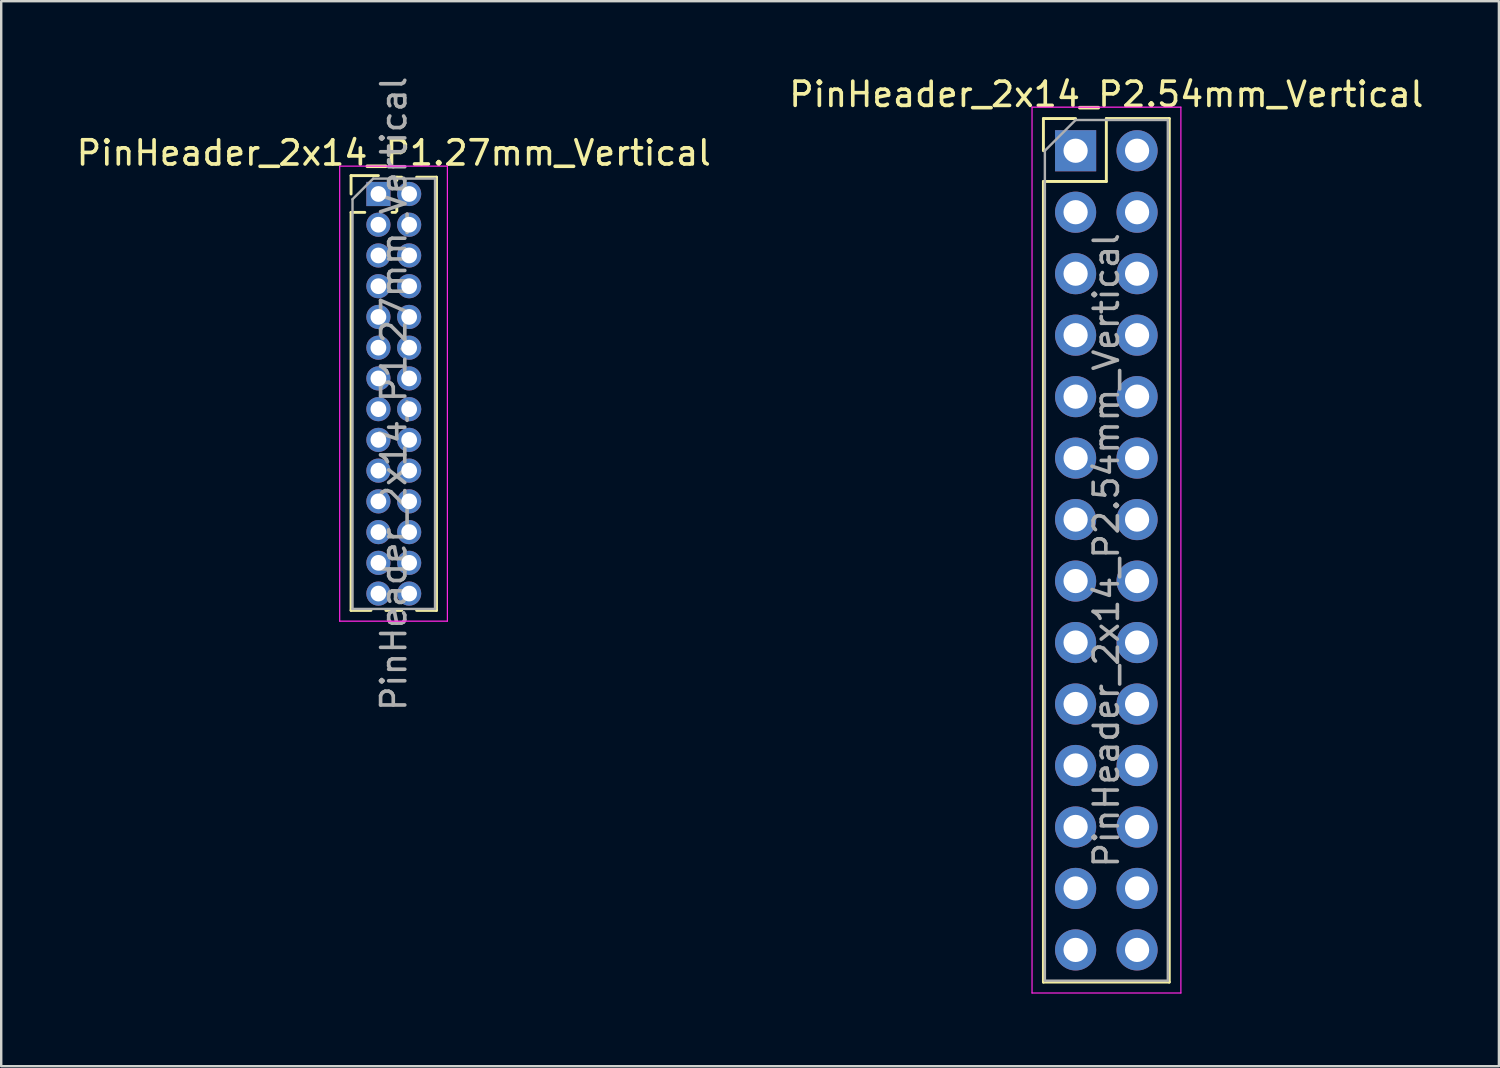
<source format=kicad_pcb>
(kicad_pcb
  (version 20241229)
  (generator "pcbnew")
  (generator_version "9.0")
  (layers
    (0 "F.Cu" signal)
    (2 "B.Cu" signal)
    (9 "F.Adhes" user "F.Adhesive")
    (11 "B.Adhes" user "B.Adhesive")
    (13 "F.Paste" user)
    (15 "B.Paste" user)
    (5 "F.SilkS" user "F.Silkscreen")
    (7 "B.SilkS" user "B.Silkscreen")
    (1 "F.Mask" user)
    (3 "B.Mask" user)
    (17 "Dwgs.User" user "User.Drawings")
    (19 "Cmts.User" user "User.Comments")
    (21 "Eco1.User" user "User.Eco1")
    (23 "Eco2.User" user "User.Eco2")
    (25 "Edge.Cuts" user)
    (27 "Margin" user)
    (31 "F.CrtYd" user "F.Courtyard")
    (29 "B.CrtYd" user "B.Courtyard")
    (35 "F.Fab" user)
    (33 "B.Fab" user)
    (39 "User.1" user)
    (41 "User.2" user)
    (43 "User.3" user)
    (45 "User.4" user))
  (footprint "PinHeader_2x14_P1.27mm_Vertical"
    (layer "F.Cu")
    (at 12.585 4.965)
    (property "Reference" "PinHeader_2x14_P1.27mm_Vertical" (at 0.635 -1.695 0) (layer "F.SilkS") (effects (font (size 1 1) (thickness 0.15))))
    (attr through_hole)
    (fp_line (start -1.13 -0.76) (end 0 -0.76) (stroke (width 0.12) (type solid)) (layer "F.SilkS"))
    (fp_line (start -1.13 0) (end -1.13 -0.76) (stroke (width 0.12) (type solid)) (layer "F.SilkS"))
    (fp_line (start -1.13 0.76) (end -1.13 17.205) (stroke (width 0.12) (type solid)) (layer "F.SilkS"))
    (fp_line (start -1.13 0.76) (end -0.563 0.76) (stroke (width 0.12) (type solid)) (layer "F.SilkS"))
    (fp_line (start -1.13 17.205) (end -0.308 17.205) (stroke (width 0.12) (type solid)) (layer "F.SilkS"))
    (fp_line (start 0.308 17.205) (end 0.962 17.205) (stroke (width 0.12) (type solid)) (layer "F.SilkS"))
    (fp_line (start 0.563 0.76) (end 0.707 0.76) (stroke (width 0.12) (type solid)) (layer "F.SilkS"))
    (fp_line (start 0.76 -0.695) (end 0.962 -0.695) (stroke (width 0.12) (type solid)) (layer "F.SilkS"))
    (fp_line (start 0.76 -0.563) (end 0.76 -0.695) (stroke (width 0.12) (type solid)) (layer "F.SilkS"))
    (fp_line (start 0.76 0.707) (end 0.76 0.563) (stroke (width 0.12) (type solid)) (layer "F.SilkS"))
    (fp_line (start 1.578 -0.695) (end 2.4 -0.695) (stroke (width 0.12) (type solid)) (layer "F.SilkS"))
    (fp_line (start 1.578 17.205) (end 2.4 17.205) (stroke (width 0.12) (type solid)) (layer "F.SilkS"))
    (fp_line (start 2.4 -0.695) (end 2.4 17.205) (stroke (width 0.12) (type solid)) (layer "F.SilkS"))
    (fp_line (start -1.6 -1.15) (end -1.6 17.65) (stroke (width 0.05) (type solid)) (layer "F.CrtYd"))
    (fp_line (start -1.6 17.65) (end 2.85 17.65) (stroke (width 0.05) (type solid)) (layer "F.CrtYd"))
    (fp_line (start 2.85 -1.15) (end -1.6 -1.15) (stroke (width 0.05) (type solid)) (layer "F.CrtYd"))
    (fp_line (start 2.85 17.65) (end 2.85 -1.15) (stroke (width 0.05) (type solid)) (layer "F.CrtYd"))
    (fp_line (start -1.07 0.217) (end -0.217 -0.635) (stroke (width 0.1) (type solid)) (layer "F.Fab"))
    (fp_line (start -1.07 17.145) (end -1.07 0.217) (stroke (width 0.1) (type solid)) (layer "F.Fab"))
    (fp_line (start -0.217 -0.635) (end 2.34 -0.635) (stroke (width 0.1) (type solid)) (layer "F.Fab"))
    (fp_line (start 2.34 -0.635) (end 2.34 17.145) (stroke (width 0.1) (type solid)) (layer "F.Fab"))
    (fp_line (start 2.34 17.145) (end -1.07 17.145) (stroke (width 0.1) (type solid)) (layer "F.Fab"))
    (fp_text user "${REFERENCE}" (at 0.635 8.255 90) (layer "F.Fab") (effects (font (size 1 1) (thickness 0.15))))
    (pad "1" thru_hole rect (at 0 0) (size 1 1) (drill 0.65) (layers "*.Cu" "*.Mask"))
    (pad "2" thru_hole oval (at 1.27 0) (size 1 1) (drill 0.65) (layers "*.Cu" "*.Mask"))
    (pad "3" thru_hole oval (at 0 1.27) (size 1 1) (drill 0.65) (layers "*.Cu" "*.Mask"))
    (pad "4" thru_hole oval (at 1.27 1.27) (size 1 1) (drill 0.65) (layers "*.Cu" "*.Mask"))
    (pad "5" thru_hole oval (at 0 2.54) (size 1 1) (drill 0.65) (layers "*.Cu" "*.Mask"))
    (pad "6" thru_hole oval (at 1.27 2.54) (size 1 1) (drill 0.65) (layers "*.Cu" "*.Mask"))
    (pad "7" thru_hole oval (at 0 3.81) (size 1 1) (drill 0.65) (layers "*.Cu" "*.Mask"))
    (pad "8" thru_hole oval (at 1.27 3.81) (size 1 1) (drill 0.65) (layers "*.Cu" "*.Mask"))
    (pad "9" thru_hole oval (at 0 5.08) (size 1 1) (drill 0.65) (layers "*.Cu" "*.Mask"))
    (pad "10" thru_hole oval (at 1.27 5.08) (size 1 1) (drill 0.65) (layers "*.Cu" "*.Mask"))
    (pad "11" thru_hole oval (at 0 6.35) (size 1 1) (drill 0.65) (layers "*.Cu" "*.Mask"))
    (pad "12" thru_hole oval (at 1.27 6.35) (size 1 1) (drill 0.65) (layers "*.Cu" "*.Mask"))
    (pad "13" thru_hole oval (at 0 7.62) (size 1 1) (drill 0.65) (layers "*.Cu" "*.Mask"))
    (pad "14" thru_hole oval (at 1.27 7.62) (size 1 1) (drill 0.65) (layers "*.Cu" "*.Mask"))
    (pad "15" thru_hole oval (at 0 8.89) (size 1 1) (drill 0.65) (layers "*.Cu" "*.Mask"))
    (pad "16" thru_hole oval (at 1.27 8.89) (size 1 1) (drill 0.65) (layers "*.Cu" "*.Mask"))
    (pad "17" thru_hole oval (at 0 10.16) (size 1 1) (drill 0.65) (layers "*.Cu" "*.Mask"))
    (pad "18" thru_hole oval (at 1.27 10.16) (size 1 1) (drill 0.65) (layers "*.Cu" "*.Mask"))
    (pad "19" thru_hole oval (at 0 11.43) (size 1 1) (drill 0.65) (layers "*.Cu" "*.Mask"))
    (pad "20" thru_hole oval (at 1.27 11.43) (size 1 1) (drill 0.65) (layers "*.Cu" "*.Mask"))
    (pad "21" thru_hole oval (at 0 12.7) (size 1 1) (drill 0.65) (layers "*.Cu" "*.Mask"))
    (pad "22" thru_hole oval (at 1.27 12.7) (size 1 1) (drill 0.65) (layers "*.Cu" "*.Mask"))
    (pad "23" thru_hole oval (at 0 13.97) (size 1 1) (drill 0.65) (layers "*.Cu" "*.Mask"))
    (pad "24" thru_hole oval (at 1.27 13.97) (size 1 1) (drill 0.65) (layers "*.Cu" "*.Mask"))
    (pad "25" thru_hole oval (at 0 15.24) (size 1 1) (drill 0.65) (layers "*.Cu" "*.Mask"))
    (pad "26" thru_hole oval (at 1.27 15.24) (size 1 1) (drill 0.65) (layers "*.Cu" "*.Mask"))
    (pad "27" thru_hole oval (at 0 16.51) (size 1 1) (drill 0.65) (layers "*.Cu" "*.Mask"))
    (pad "28" thru_hole oval (at 1.27 16.51) (size 1 1) (drill 0.65) (layers "*.Cu" "*.Mask")))
  (footprint "PinHeader_2x14_P2.54mm_Vertical"
    (layer "F.Cu")
    (at 41.391 3.178)
    (property "Reference" "PinHeader_2x14_P2.54mm_Vertical" (at 1.27 -2.33 0) (layer "F.SilkS") (effects (font (size 1 1) (thickness 0.15))))
    (attr through_hole)
    (fp_line (start -1.33 -1.33) (end 0 -1.33) (stroke (width 0.12) (type solid)) (layer "F.SilkS"))
    (fp_line (start -1.33 0) (end -1.33 -1.33) (stroke (width 0.12) (type solid)) (layer "F.SilkS"))
    (fp_line (start -1.33 1.27) (end -1.33 34.35) (stroke (width 0.12) (type solid)) (layer "F.SilkS"))
    (fp_line (start -1.33 1.27) (end 1.27 1.27) (stroke (width 0.12) (type solid)) (layer "F.SilkS"))
    (fp_line (start -1.33 34.35) (end 3.87 34.35) (stroke (width 0.12) (type solid)) (layer "F.SilkS"))
    (fp_line (start 1.27 -1.33) (end 3.87 -1.33) (stroke (width 0.12) (type solid)) (layer "F.SilkS"))
    (fp_line (start 1.27 1.27) (end 1.27 -1.33) (stroke (width 0.12) (type solid)) (layer "F.SilkS"))
    (fp_line (start 3.87 -1.33) (end 3.87 34.35) (stroke (width 0.12) (type solid)) (layer "F.SilkS"))
    (fp_line (start -1.8 -1.8) (end -1.8 34.8) (stroke (width 0.05) (type solid)) (layer "F.CrtYd"))
    (fp_line (start -1.8 34.8) (end 4.35 34.8) (stroke (width 0.05) (type solid)) (layer "F.CrtYd"))
    (fp_line (start 4.35 -1.8) (end -1.8 -1.8) (stroke (width 0.05) (type solid)) (layer "F.CrtYd"))
    (fp_line (start 4.35 34.8) (end 4.35 -1.8) (stroke (width 0.05) (type solid)) (layer "F.CrtYd"))
    (fp_line (start -1.27 0) (end 0 -1.27) (stroke (width 0.1) (type solid)) (layer "F.Fab"))
    (fp_line (start -1.27 34.29) (end -1.27 0) (stroke (width 0.1) (type solid)) (layer "F.Fab"))
    (fp_line (start 0 -1.27) (end 3.81 -1.27) (stroke (width 0.1) (type solid)) (layer "F.Fab"))
    (fp_line (start 3.81 -1.27) (end 3.81 34.29) (stroke (width 0.1) (type solid)) (layer "F.Fab"))
    (fp_line (start 3.81 34.29) (end -1.27 34.29) (stroke (width 0.1) (type solid)) (layer "F.Fab"))
    (fp_text user "${REFERENCE}" (at 1.27 16.51 90) (layer "F.Fab") (effects (font (size 1 1) (thickness 0.15))))
    (pad "1" thru_hole rect (at 0 0) (size 1.7 1.7) (drill 1) (layers "*.Cu" "*.Mask"))
    (pad "2" thru_hole oval (at 2.54 0) (size 1.7 1.7) (drill 1) (layers "*.Cu" "*.Mask"))
    (pad "3" thru_hole oval (at 0 2.54) (size 1.7 1.7) (drill 1) (layers "*.Cu" "*.Mask"))
    (pad "4" thru_hole oval (at 2.54 2.54) (size 1.7 1.7) (drill 1) (layers "*.Cu" "*.Mask"))
    (pad "5" thru_hole oval (at 0 5.08) (size 1.7 1.7) (drill 1) (layers "*.Cu" "*.Mask"))
    (pad "6" thru_hole oval (at 2.54 5.08) (size 1.7 1.7) (drill 1) (layers "*.Cu" "*.Mask"))
    (pad "7" thru_hole oval (at 0 7.62) (size 1.7 1.7) (drill 1) (layers "*.Cu" "*.Mask"))
    (pad "8" thru_hole oval (at 2.54 7.62) (size 1.7 1.7) (drill 1) (layers "*.Cu" "*.Mask"))
    (pad "9" thru_hole oval (at 0 10.16) (size 1.7 1.7) (drill 1) (layers "*.Cu" "*.Mask"))
    (pad "10" thru_hole oval (at 2.54 10.16) (size 1.7 1.7) (drill 1) (layers "*.Cu" "*.Mask"))
    (pad "11" thru_hole oval (at 0 12.7) (size 1.7 1.7) (drill 1) (layers "*.Cu" "*.Mask"))
    (pad "12" thru_hole oval (at 2.54 12.7) (size 1.7 1.7) (drill 1) (layers "*.Cu" "*.Mask"))
    (pad "13" thru_hole oval (at 0 15.24) (size 1.7 1.7) (drill 1) (layers "*.Cu" "*.Mask"))
    (pad "14" thru_hole oval (at 2.54 15.24) (size 1.7 1.7) (drill 1) (layers "*.Cu" "*.Mask"))
    (pad "15" thru_hole oval (at 0 17.78) (size 1.7 1.7) (drill 1) (layers "*.Cu" "*.Mask"))
    (pad "16" thru_hole oval (at 2.54 17.78) (size 1.7 1.7) (drill 1) (layers "*.Cu" "*.Mask"))
    (pad "17" thru_hole oval (at 0 20.32) (size 1.7 1.7) (drill 1) (layers "*.Cu" "*.Mask"))
    (pad "18" thru_hole oval (at 2.54 20.32) (size 1.7 1.7) (drill 1) (layers "*.Cu" "*.Mask"))
    (pad "19" thru_hole oval (at 0 22.86) (size 1.7 1.7) (drill 1) (layers "*.Cu" "*.Mask"))
    (pad "20" thru_hole oval (at 2.54 22.86) (size 1.7 1.7) (drill 1) (layers "*.Cu" "*.Mask"))
    (pad "21" thru_hole oval (at 0 25.4) (size 1.7 1.7) (drill 1) (layers "*.Cu" "*.Mask"))
    (pad "22" thru_hole oval (at 2.54 25.4) (size 1.7 1.7) (drill 1) (layers "*.Cu" "*.Mask"))
    (pad "23" thru_hole oval (at 0 27.94) (size 1.7 1.7) (drill 1) (layers "*.Cu" "*.Mask"))
    (pad "24" thru_hole oval (at 2.54 27.94) (size 1.7 1.7) (drill 1) (layers "*.Cu" "*.Mask"))
    (pad "25" thru_hole oval (at 0 30.48) (size 1.7 1.7) (drill 1) (layers "*.Cu" "*.Mask"))
    (pad "26" thru_hole oval (at 2.54 30.48) (size 1.7 1.7) (drill 1) (layers "*.Cu" "*.Mask"))
    (pad "27" thru_hole oval (at 0 33.02) (size 1.7 1.7) (drill 1) (layers "*.Cu" "*.Mask"))
    (pad "28" thru_hole oval (at 2.54 33.02) (size 1.7 1.7) (drill 1) (layers "*.Cu" "*.Mask")))
  (gr_rect
    (start -3 -3)
    (end 58.881 41.003)
    (stroke (width 0.1) (type default))
    (fill no)
    (layer "Edge.Cuts")))
</source>
